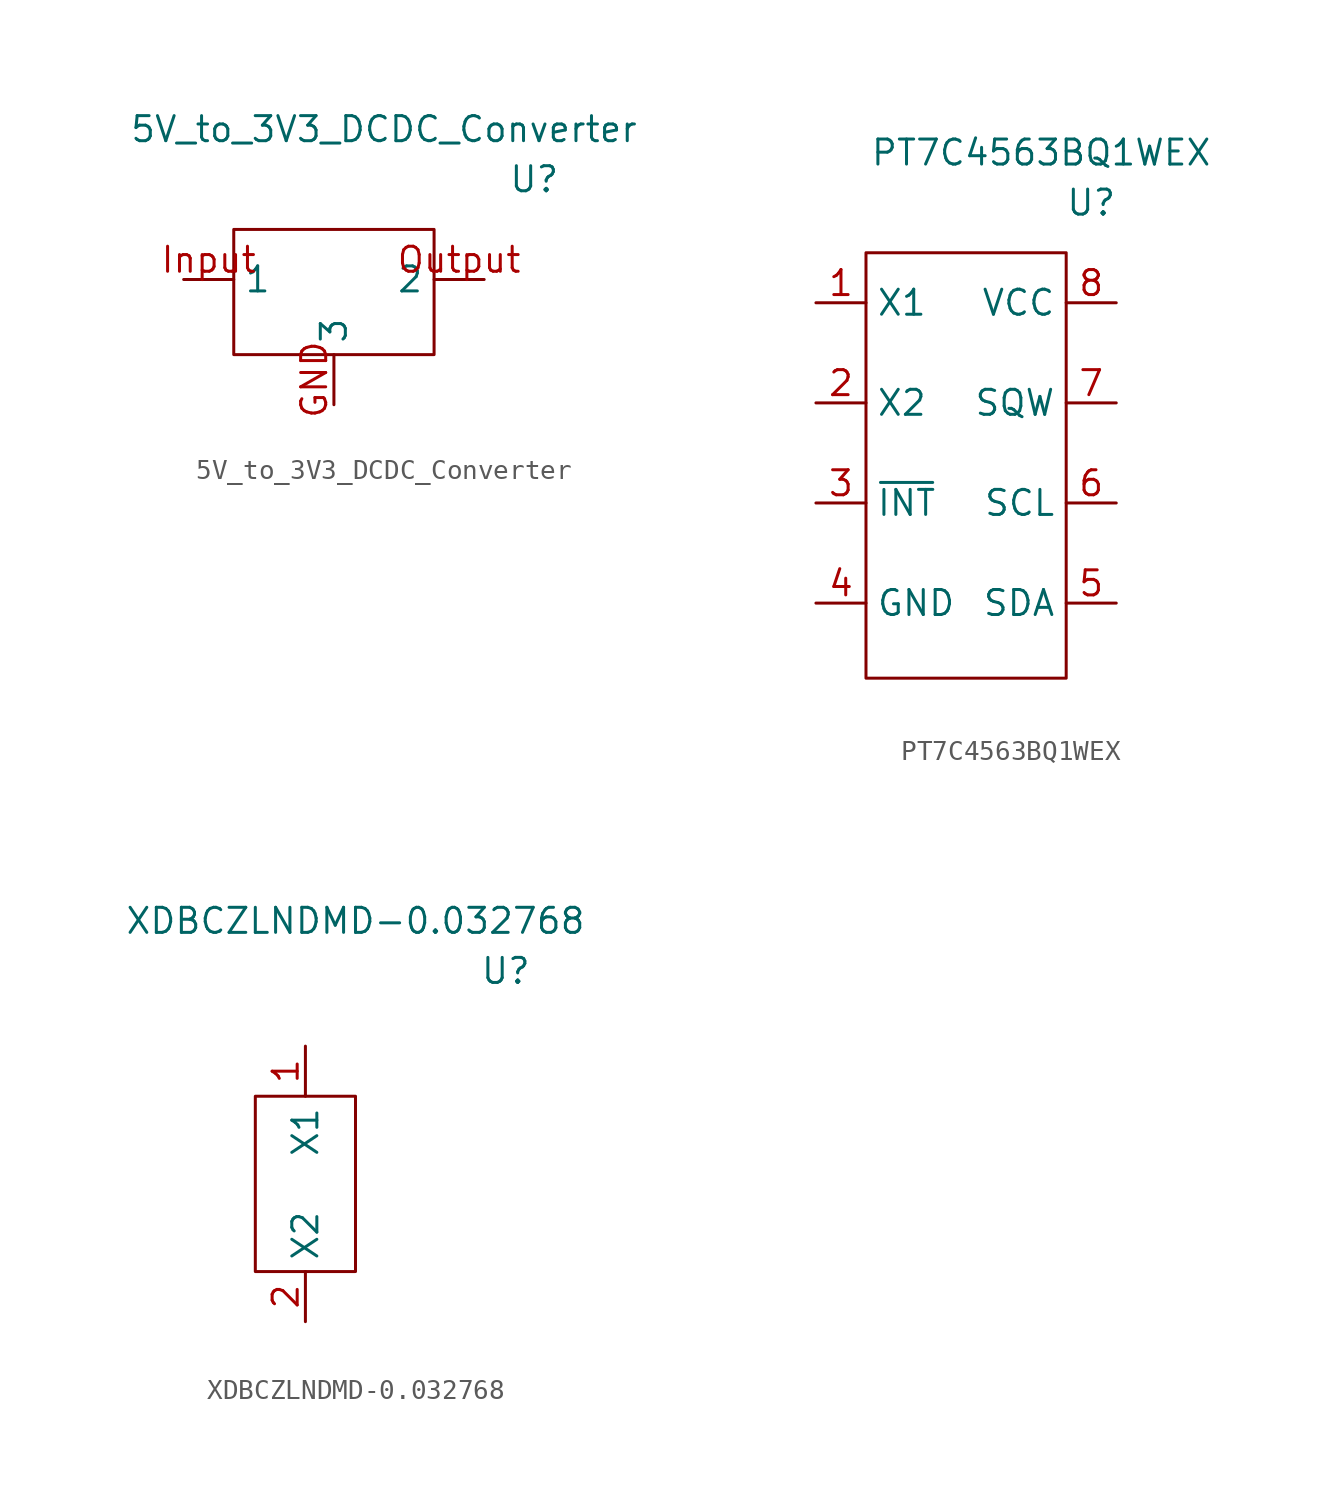
<source format=kicad_sym>
(kicad_symbol_lib
  (version 20211014)
  (generator kicad_symbol_editor)
  (symbol "5V_to_3V3_DCDC_Converter"
    (property "Reference" "U"
      (at 10.16 5.08 0)
      (effects (font (size 1.27 1.27))))
    (property "Value" "5V_to_3V3_DCDC_Converter"
      (at 2.54 7.62 0)
      (effects (font (size 1.27 1.27))))
    (symbol "5V_to_3V3_DCDC_Converter_0_1"
      (polyline (pts (xy 5.08 0) (xy 5.08 2.54) (xy -5.08 2.54) (xy -5.08 -3.81) (xy 5.08 -3.81) (xy 5.08 0)) (stroke (width 0) (type default) (color 0 0 0 0)) (fill (type none))))
    (symbol "5V_to_3V3_DCDC_Converter_1_1"
      (pin output line (at 0 -6.35 90) (length 2.54) (name "3" (effects (font (size 1.27 1.27)))) (number "GND" (effects (font (size 1.27 1.27)))))
      (pin input line (at -7.62 0 0) (length 2.54) (name "1" (effects (font (size 1.27 1.27)))) (number "Input" (effects (font (size 1.27 1.27)))))
      (pin input line (at 7.62 0 180) (length 2.54) (name "2" (effects (font (size 1.27 1.27)))) (number "Output" (effects (font (size 1.27 1.27)))))))
  (symbol "PT7C4563BQ1WEX"
    (property "Reference" "U"
      (at 6.35 2.54 0)
      (effects (font (size 1.27 1.27))))
    (property "Value" "PT7C4563BQ1WEX"
      (at 3.81 5.08 0)
      (effects (font (size 1.27 1.27))))
    (symbol "PT7C4563BQ1WEX_0_1"
      (polyline (pts (xy -5.08 0) (xy -5.08 -21.59) (xy 5.08 -21.59) (xy 5.08 0) (xy -5.08 0)) (stroke (width 0) (type default) (color 0 0 0 0)) (fill (type none))))
    (symbol "PT7C4563BQ1WEX_1_1"
      (pin input line (at -7.62 -2.54 0) (length 2.54) (name "X1" (effects (font (size 1.27 1.27)))) (number "1" (effects (font (size 1.27 1.27)))))
      (pin output line (at -7.62 -7.62 0) (length 2.54) (name "X2" (effects (font (size 1.27 1.27)))) (number "2" (effects (font (size 1.27 1.27)))))
      (pin input line (at -7.62 -12.7 0) (length 2.54) (name "~{INT}" (effects (font (size 1.27 1.27)))) (number "3" (effects (font (size 1.27 1.27)))))
      (pin power_in line (at -7.62 -17.78 0) (length 2.54) (name "GND" (effects (font (size 1.27 1.27)))) (number "4" (effects (font (size 1.27 1.27)))))
      (pin bidirectional line (at 7.62 -17.78 180) (length 2.54) (name "SDA" (effects (font (size 1.27 1.27)))) (number "5" (effects (font (size 1.27 1.27)))))
      (pin input line (at 7.62 -12.7 180) (length 2.54) (name "SCL" (effects (font (size 1.27 1.27)))) (number "6" (effects (font (size 1.27 1.27)))))
      (pin output line (at 7.62 -7.62 180) (length 2.54) (name "SQW" (effects (font (size 1.27 1.27)))) (number "7" (effects (font (size 1.27 1.27)))))
      (pin power_in line (at 7.62 -2.54 180) (length 2.54) (name "VCC" (effects (font (size 1.27 1.27)))) (number "8" (effects (font (size 1.27 1.27)))))))
  (symbol "XDBCZLNDMD-0.032768"
    (property "Reference" "U"
      (at 10.16 1.27 0)
      (effects (font (size 1.27 1.27))))
    (property "Value" "XDBCZLNDMD-0.032768"
      (at 2.54 3.81 0)
      (effects (font (size 1.27 1.27))))
    (symbol "XDBCZLNDMD-0.032768_0_1"
      (polyline (pts (xy 0 -5.08) (xy -2.54 -5.08) (xy -2.54 -13.97) (xy 2.54 -13.97) (xy 2.54 -5.08) (xy 0 -5.08)) (stroke (width 0) (type default) (color 0 0 0 0)) (fill (type none))))
    (symbol "XDBCZLNDMD-0.032768_1_1"
      (pin input line (at 0 -2.54 270) (length 2.54) (name "X1" (effects (font (size 1.27 1.27)))) (number "1" (effects (font (size 1.27 1.27)))))
      (pin output line (at 0 -16.51 90) (length 2.54) (name "X2" (effects (font (size 1.27 1.27)))) (number "2" (effects (font (size 1.27 1.27))))))))
</source>
